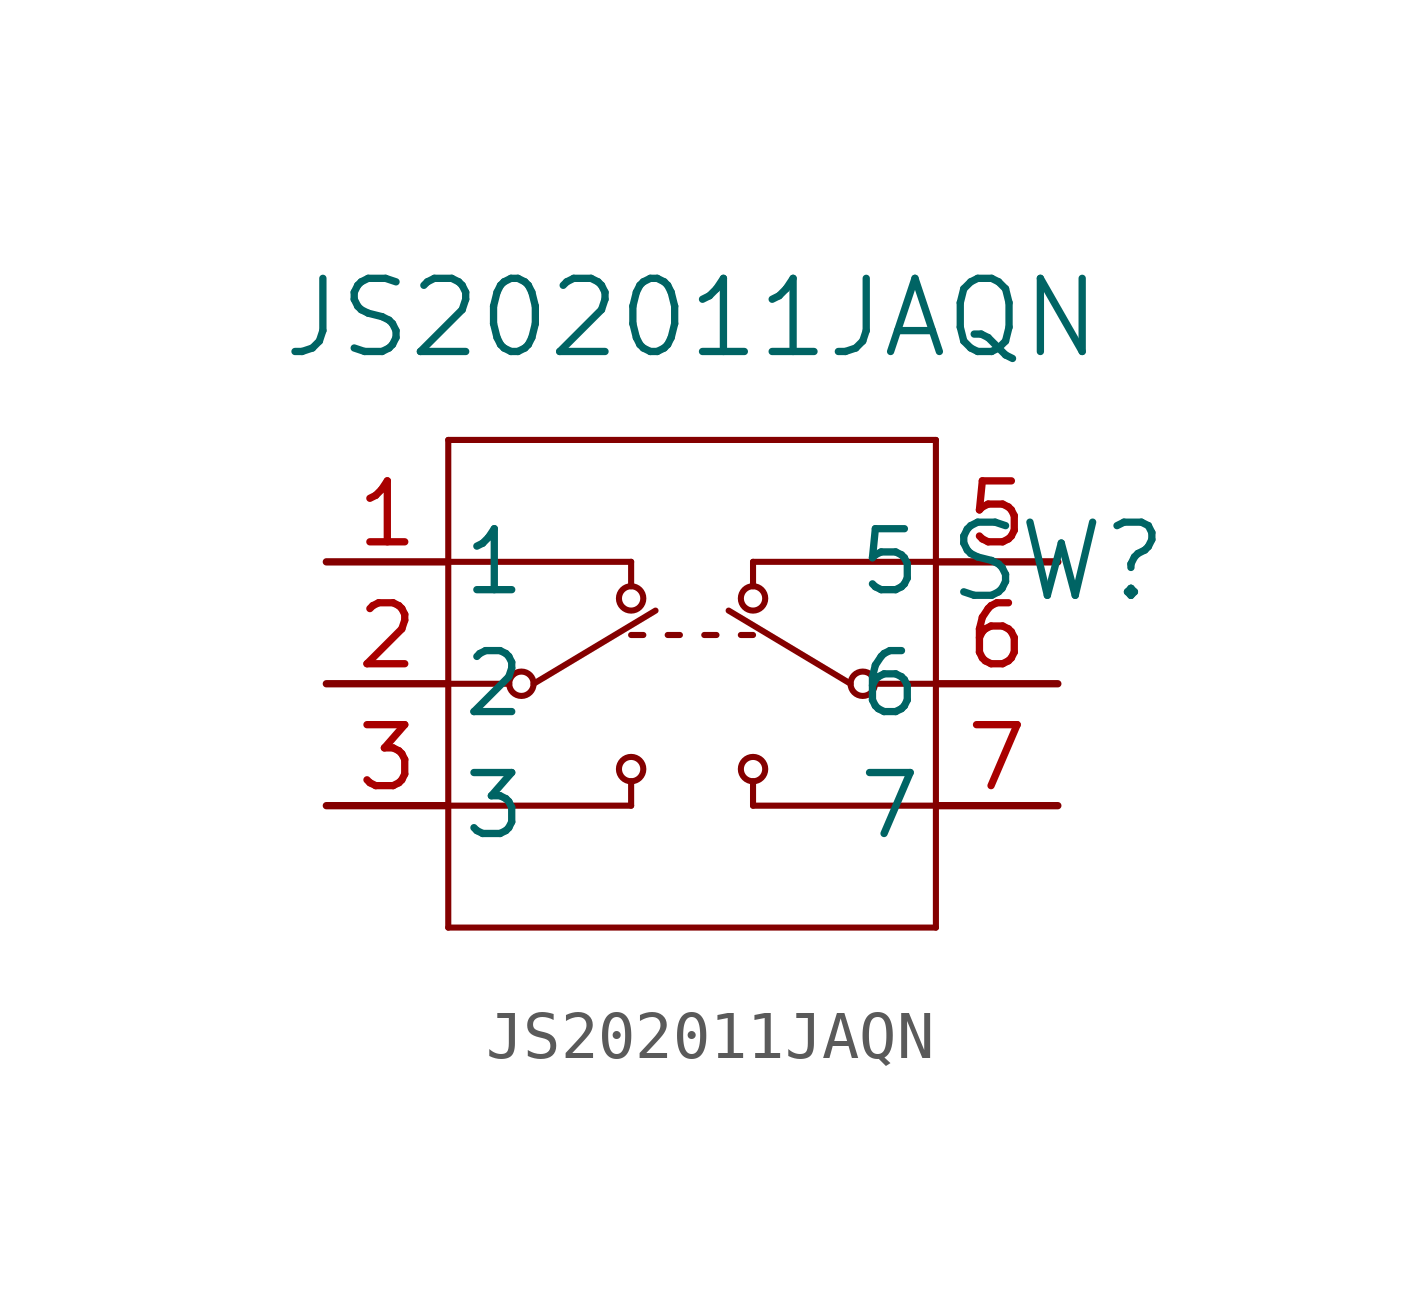
<source format=kicad_sym>
(kicad_symbol_lib
  (version 20220914)
  (generator kicad_symbol_editor)
  (symbol "JS202011JAQN"
    (pin_names
      (offset 0.254))
    (property "Reference" "SW"
      (at 12.7 7.62 0)
      (effects (font (size 1.524 1.524))))
    (property "Value" "JS202011JAQN"
      (at 5.08 12.7 0)
      (effects (font (size 1.524 1.524))))
    (symbol "JS202011JAQN_0_1"
      (polyline (pts (xy 0 0) (xy 10.16 0)) (stroke (width 0.127) (type default)) (fill (type none)))
      (polyline (pts (xy 0 2.54) (xy 3.81 2.54)) (stroke (width 0.127) (type default)) (fill (type none)))
      (polyline (pts (xy 0 5.08) (xy 1.27 5.08)) (stroke (width 0.127) (type default)) (fill (type none)))
      (polyline (pts (xy 0 7.62) (xy 3.81 7.62)) (stroke (width 0.127) (type default)) (fill (type none)))
      (polyline (pts (xy 0 10.16) (xy 0 0)) (stroke (width 0.127) (type default)) (fill (type none)))
      (polyline (pts (xy 1.778 5.08) (xy 4.318 6.604)) (stroke (width 0.127) (type default)) (fill (type none)))
      (polyline (pts (xy 3.81 3.048) (xy 3.81 2.54)) (stroke (width 0.127) (type default)) (fill (type none)))
      (polyline (pts (xy 3.81 6.096) (xy 4.064 6.096)) (stroke (width 0.127) (type default)) (fill (type none)))
      (polyline (pts (xy 3.81 7.62) (xy 3.81 7.112)) (stroke (width 0.127) (type default)) (fill (type none)))
      (polyline (pts (xy 4.572 6.096) (xy 4.826 6.096)) (stroke (width 0.127) (type default)) (fill (type none)))
      (polyline (pts (xy 5.334 6.096) (xy 5.588 6.096)) (stroke (width 0.127) (type default)) (fill (type none)))
      (polyline (pts (xy 6.096 6.096) (xy 6.35 6.096)) (stroke (width 0.127) (type default)) (fill (type none)))
      (polyline (pts (xy 6.35 3.048) (xy 6.35 2.54)) (stroke (width 0.127) (type default)) (fill (type none)))
      (polyline (pts (xy 6.35 7.62) (xy 6.35 7.112)) (stroke (width 0.127) (type default)) (fill (type none)))
      (polyline (pts (xy 8.382 5.08) (xy 5.842 6.604)) (stroke (width 0.127) (type default)) (fill (type none)))
      (polyline (pts (xy 10.16 0) (xy 10.16 10.16)) (stroke (width 0.127) (type default)) (fill (type none)))
      (polyline (pts (xy 10.16 2.54) (xy 6.35 2.54)) (stroke (width 0.127) (type default)) (fill (type none)))
      (polyline (pts (xy 10.16 5.08) (xy 8.89 5.08)) (stroke (width 0.127) (type default)) (fill (type none)))
      (polyline (pts (xy 10.16 7.62) (xy 6.35 7.62)) (stroke (width 0.127) (type default)) (fill (type none)))
      (polyline (pts (xy 10.16 10.16) (xy 0 10.16)) (stroke (width 0.127) (type default)) (fill (type none)))
      (circle (center 1.524 5.08) (radius 0.254) (stroke (width 0.127) (type default)) (fill (type none)))
      (circle (center 3.81 3.302) (radius 0.254) (stroke (width 0.127) (type default)) (fill (type none)))
      (circle (center 3.81 6.858) (radius 0.254) (stroke (width 0.127) (type default)) (fill (type none)))
      (circle (center 6.35 3.302) (radius 0.254) (stroke (width 0.127) (type default)) (fill (type none)))
      (circle (center 6.35 6.858) (radius 0.254) (stroke (width 0.127) (type default)) (fill (type none)))
      (circle (center 8.636 5.08) (radius 0.254) (stroke (width 0.127) (type default)) (fill (type none))))
    (symbol "JS202011JAQN_1_1"
      (pin unspecified line (at -2.54 7.62 0) (length 2.54) (name "1" (effects (font (size 1.27 1.27)))) (number "1" (effects (font (size 1.27 1.27)))))
      (pin unspecified line (at -2.54 5.08 0) (length 2.54) (name "2" (effects (font (size 1.27 1.27)))) (number "2" (effects (font (size 1.27 1.27)))))
      (pin unspecified line (at -2.54 2.54 0) (length 2.54) (name "3" (effects (font (size 1.27 1.27)))) (number "3" (effects (font (size 1.27 1.27)))))
      (pin unspecified line (at 12.7 7.62 180) (length 2.54) (name "5" (effects (font (size 1.27 1.27)))) (number "5" (effects (font (size 1.27 1.27)))))
      (pin unspecified line (at 12.7 5.08 180) (length 2.54) (name "6" (effects (font (size 1.27 1.27)))) (number "6" (effects (font (size 1.27 1.27)))))
      (pin unspecified line (at 12.7 2.54 180) (length 2.54) (name "7" (effects (font (size 1.27 1.27)))) (number "7" (effects (font (size 1.27 1.27))))))))
</source>
